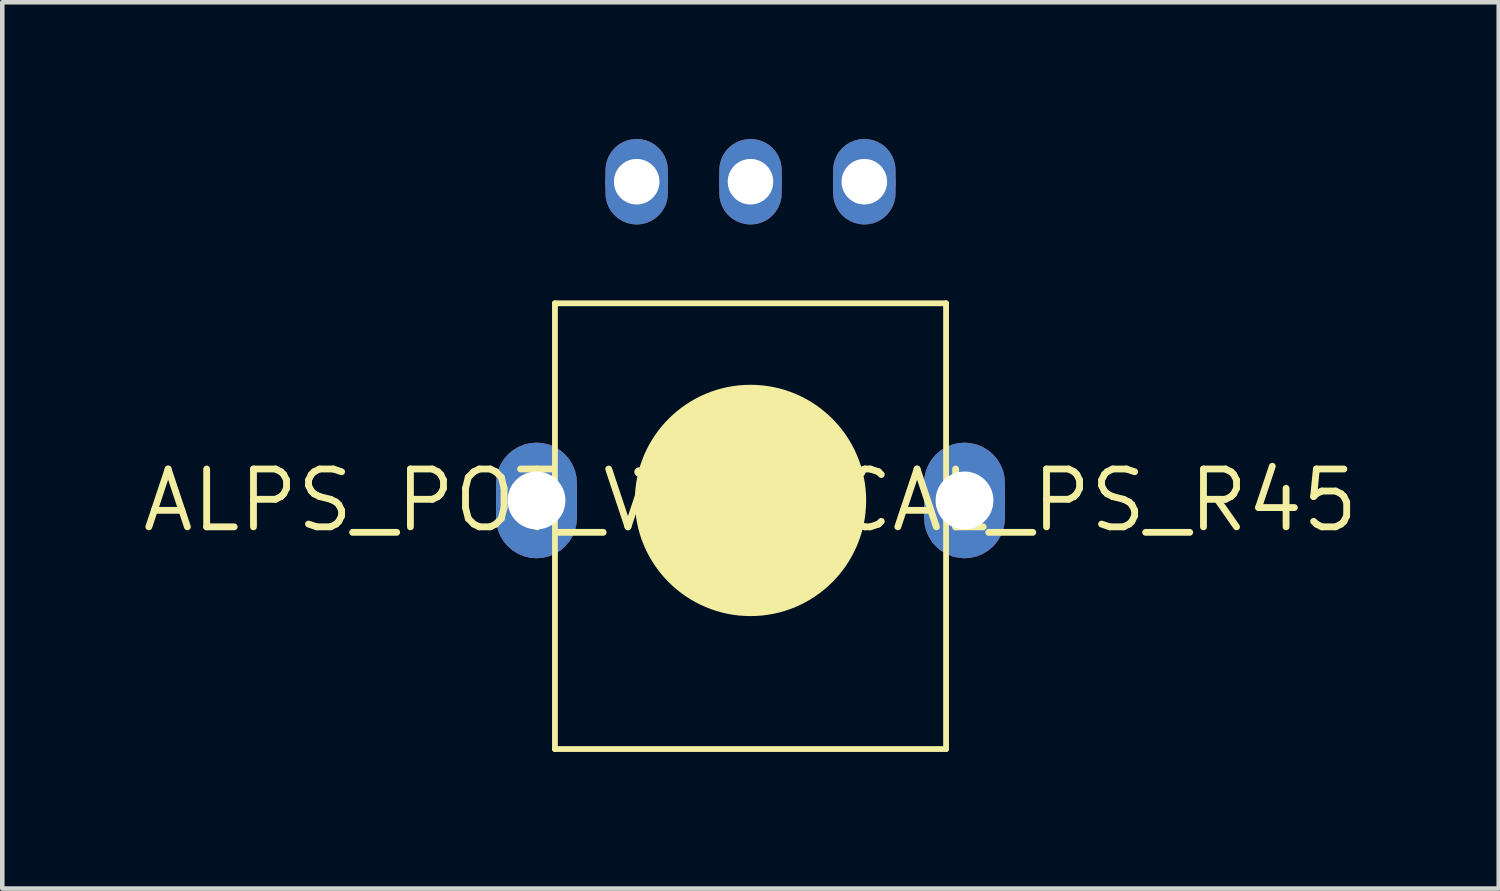
<source format=kicad_pcb>
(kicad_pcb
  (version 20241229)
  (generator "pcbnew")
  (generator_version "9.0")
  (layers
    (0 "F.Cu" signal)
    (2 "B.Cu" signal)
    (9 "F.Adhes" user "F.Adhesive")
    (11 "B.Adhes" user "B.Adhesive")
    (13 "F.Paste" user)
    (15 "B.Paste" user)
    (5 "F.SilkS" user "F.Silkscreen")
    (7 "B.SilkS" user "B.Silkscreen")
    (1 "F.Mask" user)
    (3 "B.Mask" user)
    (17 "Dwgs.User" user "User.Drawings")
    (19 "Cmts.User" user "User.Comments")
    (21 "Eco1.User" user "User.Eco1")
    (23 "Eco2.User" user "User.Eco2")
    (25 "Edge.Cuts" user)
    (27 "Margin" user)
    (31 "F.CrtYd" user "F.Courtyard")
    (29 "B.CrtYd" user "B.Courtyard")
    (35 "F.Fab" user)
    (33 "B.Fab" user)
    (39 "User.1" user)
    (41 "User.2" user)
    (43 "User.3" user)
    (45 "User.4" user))
  (footprint "ALPS_POT_VERTICAL_PS_R45"
    (layer "F.Cu")
    (at 13.433 7.941)
    (property "Reference" "ALPS_POT_VERTICAL_PS_R45" (at 0 0 0) (layer "F.SilkS") (effects (font (size 1.27 1.27) (thickness 0.15))))
    (fp_poly (pts (xy -4.561 -1.259) (xy -4.426 -1.227) (xy -4.297 -1.173) (xy -4.177 -1.1) (xy -4.071 -1.01) (xy -3.981 -0.904) (xy -3.908 -0.784) (xy -3.854 -0.655) (xy -3.822 -0.52) (xy -3.811 -0.381) (xy -3.811 0.381) (xy -3.822 0.52) (xy -3.854 0.655) (xy -3.908 0.784) (xy -3.981 0.904) (xy -4.071 1.01) (xy -4.177 1.1) (xy -4.297 1.173) (xy -4.426 1.227) (xy -4.561 1.259) (xy -4.7 1.27) (xy -4.839 1.259) (xy -4.974 1.227) (xy -5.103 1.173) (xy -5.223 1.1) (xy -5.329 1.01) (xy -5.419 0.904) (xy -5.492 0.784) (xy -5.546 0.655) (xy -5.578 0.52) (xy -5.589 0.381) (xy -5.589 -0.381) (xy -5.578 -0.52) (xy -5.546 -0.655) (xy -5.492 -0.784) (xy -5.419 -0.904) (xy -5.329 -1.01) (xy -5.223 -1.1) (xy -5.103 -1.173) (xy -4.974 -1.227) (xy -4.839 -1.259) (xy -4.7 -1.27)) (stroke (width 0) (type default)) (fill yes) (layer "F.Cu"))
    (fp_poly (pts (xy -2.393 -7.931) (xy -2.288 -7.906) (xy -2.189 -7.865) (xy -2.096 -7.809) (xy -2.015 -7.739) (xy -1.945 -7.658) (xy -1.889 -7.565) (xy -1.848 -7.466) (xy -1.823 -7.361) (xy -1.814 -7.254) (xy -1.814 -6.746) (xy -1.823 -6.639) (xy -1.848 -6.534) (xy -1.889 -6.435) (xy -1.945 -6.342) (xy -2.015 -6.261) (xy -2.096 -6.191) (xy -2.189 -6.135) (xy -2.288 -6.094) (xy -2.393 -6.069) (xy -2.5 -6.06) (xy -2.607 -6.069) (xy -2.712 -6.094) (xy -2.811 -6.135) (xy -2.904 -6.191) (xy -2.985 -6.261) (xy -3.055 -6.342) (xy -3.111 -6.435) (xy -3.152 -6.534) (xy -3.177 -6.639) (xy -3.186 -6.746) (xy -3.186 -7.254) (xy -3.177 -7.361) (xy -3.152 -7.466) (xy -3.111 -7.565) (xy -3.055 -7.658) (xy -2.985 -7.739) (xy -2.904 -7.809) (xy -2.811 -7.865) (xy -2.712 -7.906) (xy -2.607 -7.931) (xy -2.5 -7.94)) (stroke (width 0) (type default)) (fill yes) (layer "F.Cu"))
    (fp_poly (pts (xy 0.107 -7.931) (xy 0.212 -7.906) (xy 0.311 -7.865) (xy 0.404 -7.809) (xy 0.485 -7.739) (xy 0.555 -7.658) (xy 0.611 -7.565) (xy 0.652 -7.466) (xy 0.677 -7.361) (xy 0.686 -7.254) (xy 0.686 -6.746) (xy 0.677 -6.639) (xy 0.652 -6.534) (xy 0.611 -6.435) (xy 0.555 -6.342) (xy 0.485 -6.261) (xy 0.404 -6.191) (xy 0.311 -6.135) (xy 0.212 -6.094) (xy 0.107 -6.069) (xy 0 -6.06) (xy -0.107 -6.069) (xy -0.212 -6.094) (xy -0.311 -6.135) (xy -0.404 -6.191) (xy -0.485 -6.261) (xy -0.555 -6.342) (xy -0.611 -6.435) (xy -0.652 -6.534) (xy -0.677 -6.639) (xy -0.686 -6.746) (xy -0.686 -7.254) (xy -0.677 -7.361) (xy -0.652 -7.466) (xy -0.611 -7.565) (xy -0.555 -7.658) (xy -0.485 -7.739) (xy -0.404 -7.809) (xy -0.311 -7.865) (xy -0.212 -7.906) (xy -0.107 -7.931) (xy 0 -7.94)) (stroke (width 0) (type default)) (fill yes) (layer "F.Cu"))
    (fp_poly (pts (xy 2.607 -7.931) (xy 2.712 -7.906) (xy 2.811 -7.865) (xy 2.904 -7.809) (xy 2.985 -7.739) (xy 3.055 -7.658) (xy 3.111 -7.565) (xy 3.152 -7.466) (xy 3.177 -7.361) (xy 3.186 -7.254) (xy 3.186 -6.746) (xy 3.177 -6.639) (xy 3.152 -6.534) (xy 3.111 -6.435) (xy 3.055 -6.342) (xy 2.985 -6.261) (xy 2.904 -6.191) (xy 2.811 -6.135) (xy 2.712 -6.094) (xy 2.607 -6.069) (xy 2.5 -6.06) (xy 2.393 -6.069) (xy 2.288 -6.094) (xy 2.189 -6.135) (xy 2.096 -6.191) (xy 2.015 -6.261) (xy 1.945 -6.342) (xy 1.889 -6.435) (xy 1.848 -6.534) (xy 1.823 -6.639) (xy 1.814 -6.746) (xy 1.814 -7.254) (xy 1.823 -7.361) (xy 1.848 -7.466) (xy 1.889 -7.565) (xy 1.945 -7.658) (xy 2.015 -7.739) (xy 2.096 -7.809) (xy 2.189 -7.865) (xy 2.288 -7.906) (xy 2.393 -7.931) (xy 2.5 -7.94)) (stroke (width 0) (type default)) (fill yes) (layer "F.Cu"))
    (fp_poly (pts (xy 4.839 -1.259) (xy 4.974 -1.227) (xy 5.103 -1.173) (xy 5.223 -1.1) (xy 5.329 -1.01) (xy 5.419 -0.904) (xy 5.492 -0.784) (xy 5.546 -0.655) (xy 5.578 -0.52) (xy 5.589 -0.381) (xy 5.589 0.381) (xy 5.578 0.52) (xy 5.546 0.655) (xy 5.492 0.784) (xy 5.419 0.904) (xy 5.329 1.01) (xy 5.223 1.1) (xy 5.103 1.173) (xy 4.974 1.227) (xy 4.839 1.259) (xy 4.7 1.27) (xy 4.561 1.259) (xy 4.426 1.227) (xy 4.297 1.173) (xy 4.177 1.1) (xy 4.071 1.01) (xy 3.981 0.904) (xy 3.908 0.784) (xy 3.854 0.655) (xy 3.822 0.52) (xy 3.811 0.381) (xy 3.811 -0.381) (xy 3.822 -0.52) (xy 3.854 -0.655) (xy 3.908 -0.784) (xy 3.981 -0.904) (xy 4.071 -1.01) (xy 4.177 -1.1) (xy 4.297 -1.173) (xy 4.426 -1.227) (xy 4.561 -1.259) (xy 4.7 -1.27)) (stroke (width 0) (type default)) (fill yes) (layer "F.Cu"))
    (fp_poly (pts (xy -4.561 -1.26) (xy -4.425 -1.227) (xy -4.296 -1.174) (xy -4.176 -1.101) (xy -4.07 -1.011) (xy -3.98 -0.905) (xy -3.907 -0.785) (xy -3.854 -0.656) (xy -3.821 -0.52) (xy -3.81 -0.381) (xy -3.81 0.381) (xy -3.821 0.52) (xy -3.854 0.656) (xy -3.907 0.785) (xy -3.98 0.905) (xy -4.07 1.011) (xy -4.176 1.101) (xy -4.296 1.174) (xy -4.425 1.227) (xy -4.561 1.26) (xy -4.7 1.271) (xy -4.839 1.26) (xy -4.975 1.227) (xy -5.104 1.174) (xy -5.224 1.101) (xy -5.33 1.011) (xy -5.42 0.905) (xy -5.493 0.785) (xy -5.546 0.656) (xy -5.579 0.52) (xy -5.59 0.381) (xy -5.59 -0.381) (xy -5.579 -0.52) (xy -5.546 -0.656) (xy -5.493 -0.785) (xy -5.42 -0.905) (xy -5.33 -1.011) (xy -5.224 -1.101) (xy -5.104 -1.174) (xy -4.975 -1.227) (xy -4.839 -1.26) (xy -4.7 -1.271)) (stroke (width 0) (type default)) (fill yes) (layer "F.Mask"))
    (fp_poly (pts (xy -2.393 -7.932) (xy -2.288 -7.907) (xy -2.189 -7.866) (xy -2.096 -7.81) (xy -2.014 -7.74) (xy -1.944 -7.658) (xy -1.888 -7.565) (xy -1.847 -7.466) (xy -1.822 -7.361) (xy -1.813 -7.254) (xy -1.813 -6.746) (xy -1.822 -6.639) (xy -1.847 -6.534) (xy -1.888 -6.435) (xy -1.944 -6.342) (xy -2.014 -6.26) (xy -2.096 -6.19) (xy -2.189 -6.134) (xy -2.288 -6.093) (xy -2.393 -6.068) (xy -2.5 -6.059) (xy -2.607 -6.068) (xy -2.712 -6.093) (xy -2.811 -6.134) (xy -2.904 -6.19) (xy -2.986 -6.26) (xy -3.056 -6.342) (xy -3.112 -6.435) (xy -3.153 -6.534) (xy -3.178 -6.639) (xy -3.187 -6.746) (xy -3.187 -7.254) (xy -3.178 -7.361) (xy -3.153 -7.466) (xy -3.112 -7.565) (xy -3.056 -7.658) (xy -2.986 -7.74) (xy -2.904 -7.81) (xy -2.811 -7.866) (xy -2.712 -7.907) (xy -2.607 -7.932) (xy -2.5 -7.941)) (stroke (width 0) (type default)) (fill yes) (layer "F.Mask"))
    (fp_poly (pts (xy 0.107 -7.932) (xy 0.212 -7.907) (xy 0.311 -7.866) (xy 0.404 -7.81) (xy 0.486 -7.74) (xy 0.556 -7.658) (xy 0.612 -7.565) (xy 0.653 -7.466) (xy 0.678 -7.361) (xy 0.687 -7.254) (xy 0.687 -6.746) (xy 0.678 -6.639) (xy 0.653 -6.534) (xy 0.612 -6.435) (xy 0.556 -6.342) (xy 0.486 -6.26) (xy 0.404 -6.19) (xy 0.311 -6.134) (xy 0.212 -6.093) (xy 0.107 -6.068) (xy 0 -6.059) (xy -0.107 -6.068) (xy -0.212 -6.093) (xy -0.311 -6.134) (xy -0.404 -6.19) (xy -0.486 -6.26) (xy -0.556 -6.342) (xy -0.612 -6.435) (xy -0.653 -6.534) (xy -0.678 -6.639) (xy -0.687 -6.746) (xy -0.687 -7.254) (xy -0.678 -7.361) (xy -0.653 -7.466) (xy -0.612 -7.565) (xy -0.556 -7.658) (xy -0.486 -7.74) (xy -0.404 -7.81) (xy -0.311 -7.866) (xy -0.212 -7.907) (xy -0.107 -7.932) (xy 0 -7.941)) (stroke (width 0) (type default)) (fill yes) (layer "F.Mask"))
    (fp_poly (pts (xy 2.607 -7.932) (xy 2.712 -7.907) (xy 2.811 -7.866) (xy 2.904 -7.81) (xy 2.986 -7.74) (xy 3.056 -7.658) (xy 3.112 -7.565) (xy 3.153 -7.466) (xy 3.178 -7.361) (xy 3.187 -7.254) (xy 3.187 -6.746) (xy 3.178 -6.639) (xy 3.153 -6.534) (xy 3.112 -6.435) (xy 3.056 -6.342) (xy 2.986 -6.26) (xy 2.904 -6.19) (xy 2.811 -6.134) (xy 2.712 -6.093) (xy 2.607 -6.068) (xy 2.5 -6.059) (xy 2.393 -6.068) (xy 2.288 -6.093) (xy 2.189 -6.134) (xy 2.096 -6.19) (xy 2.014 -6.26) (xy 1.944 -6.342) (xy 1.888 -6.435) (xy 1.847 -6.534) (xy 1.822 -6.639) (xy 1.813 -6.746) (xy 1.813 -7.254) (xy 1.822 -7.361) (xy 1.847 -7.466) (xy 1.888 -7.565) (xy 1.944 -7.658) (xy 2.014 -7.74) (xy 2.096 -7.81) (xy 2.189 -7.866) (xy 2.288 -7.907) (xy 2.393 -7.932) (xy 2.5 -7.941)) (stroke (width 0) (type default)) (fill yes) (layer "F.Mask"))
    (fp_poly (pts (xy 4.839 -1.26) (xy 4.975 -1.227) (xy 5.104 -1.174) (xy 5.224 -1.101) (xy 5.33 -1.011) (xy 5.42 -0.905) (xy 5.493 -0.785) (xy 5.546 -0.656) (xy 5.579 -0.52) (xy 5.59 -0.381) (xy 5.59 0.381) (xy 5.579 0.52) (xy 5.546 0.656) (xy 5.493 0.785) (xy 5.42 0.905) (xy 5.33 1.011) (xy 5.224 1.101) (xy 5.104 1.174) (xy 4.975 1.227) (xy 4.839 1.26) (xy 4.7 1.271) (xy 4.561 1.26) (xy 4.425 1.227) (xy 4.296 1.174) (xy 4.176 1.101) (xy 4.07 1.011) (xy 3.98 0.905) (xy 3.907 0.785) (xy 3.854 0.656) (xy 3.821 0.52) (xy 3.81 0.381) (xy 3.81 -0.381) (xy 3.821 -0.52) (xy 3.854 -0.656) (xy 3.907 -0.785) (xy 3.98 -0.905) (xy 4.07 -1.011) (xy 4.176 -1.101) (xy 4.296 -1.174) (xy 4.425 -1.227) (xy 4.561 -1.26) (xy 4.7 -1.271)) (stroke (width 0) (type default)) (fill yes) (layer "F.Mask"))
    (fp_poly (pts (xy -4.561 -1.259) (xy -4.426 -1.227) (xy -4.297 -1.173) (xy -4.177 -1.1) (xy -4.071 -1.01) (xy -3.981 -0.904) (xy -3.908 -0.784) (xy -3.854 -0.655) (xy -3.822 -0.52) (xy -3.811 -0.381) (xy -3.811 0.381) (xy -3.822 0.52) (xy -3.854 0.655) (xy -3.908 0.784) (xy -3.981 0.904) (xy -4.071 1.01) (xy -4.177 1.1) (xy -4.297 1.173) (xy -4.426 1.227) (xy -4.561 1.259) (xy -4.7 1.27) (xy -4.839 1.259) (xy -4.974 1.227) (xy -5.103 1.173) (xy -5.223 1.1) (xy -5.329 1.01) (xy -5.419 0.904) (xy -5.492 0.784) (xy -5.546 0.655) (xy -5.578 0.52) (xy -5.589 0.381) (xy -5.589 -0.381) (xy -5.578 -0.52) (xy -5.546 -0.655) (xy -5.492 -0.784) (xy -5.419 -0.904) (xy -5.329 -1.01) (xy -5.223 -1.1) (xy -5.103 -1.173) (xy -4.974 -1.227) (xy -4.839 -1.259) (xy -4.7 -1.27)) (stroke (width 0) (type default)) (fill yes) (layer "B.Cu"))
    (fp_poly (pts (xy -2.393 -7.931) (xy -2.288 -7.906) (xy -2.189 -7.865) (xy -2.096 -7.809) (xy -2.015 -7.739) (xy -1.945 -7.658) (xy -1.889 -7.565) (xy -1.848 -7.466) (xy -1.823 -7.361) (xy -1.814 -7.254) (xy -1.814 -6.746) (xy -1.823 -6.639) (xy -1.848 -6.534) (xy -1.889 -6.435) (xy -1.945 -6.342) (xy -2.015 -6.261) (xy -2.096 -6.191) (xy -2.189 -6.135) (xy -2.288 -6.094) (xy -2.393 -6.069) (xy -2.5 -6.06) (xy -2.607 -6.069) (xy -2.712 -6.094) (xy -2.811 -6.135) (xy -2.904 -6.191) (xy -2.985 -6.261) (xy -3.055 -6.342) (xy -3.111 -6.435) (xy -3.152 -6.534) (xy -3.177 -6.639) (xy -3.186 -6.746) (xy -3.186 -7.254) (xy -3.177 -7.361) (xy -3.152 -7.466) (xy -3.111 -7.565) (xy -3.055 -7.658) (xy -2.985 -7.739) (xy -2.904 -7.809) (xy -2.811 -7.865) (xy -2.712 -7.906) (xy -2.607 -7.931) (xy -2.5 -7.94)) (stroke (width 0) (type default)) (fill yes) (layer "B.Cu"))
    (fp_poly (pts (xy 0.107 -7.931) (xy 0.212 -7.906) (xy 0.311 -7.865) (xy 0.404 -7.809) (xy 0.485 -7.739) (xy 0.555 -7.658) (xy 0.611 -7.565) (xy 0.652 -7.466) (xy 0.677 -7.361) (xy 0.686 -7.254) (xy 0.686 -6.746) (xy 0.677 -6.639) (xy 0.652 -6.534) (xy 0.611 -6.435) (xy 0.555 -6.342) (xy 0.485 -6.261) (xy 0.404 -6.191) (xy 0.311 -6.135) (xy 0.212 -6.094) (xy 0.107 -6.069) (xy 0 -6.06) (xy -0.107 -6.069) (xy -0.212 -6.094) (xy -0.311 -6.135) (xy -0.404 -6.191) (xy -0.485 -6.261) (xy -0.555 -6.342) (xy -0.611 -6.435) (xy -0.652 -6.534) (xy -0.677 -6.639) (xy -0.686 -6.746) (xy -0.686 -7.254) (xy -0.677 -7.361) (xy -0.652 -7.466) (xy -0.611 -7.565) (xy -0.555 -7.658) (xy -0.485 -7.739) (xy -0.404 -7.809) (xy -0.311 -7.865) (xy -0.212 -7.906) (xy -0.107 -7.931) (xy 0 -7.94)) (stroke (width 0) (type default)) (fill yes) (layer "B.Cu"))
    (fp_poly (pts (xy 2.607 -7.931) (xy 2.712 -7.906) (xy 2.811 -7.865) (xy 2.904 -7.809) (xy 2.985 -7.739) (xy 3.055 -7.658) (xy 3.111 -7.565) (xy 3.152 -7.466) (xy 3.177 -7.361) (xy 3.186 -7.254) (xy 3.186 -6.746) (xy 3.177 -6.639) (xy 3.152 -6.534) (xy 3.111 -6.435) (xy 3.055 -6.342) (xy 2.985 -6.261) (xy 2.904 -6.191) (xy 2.811 -6.135) (xy 2.712 -6.094) (xy 2.607 -6.069) (xy 2.5 -6.06) (xy 2.393 -6.069) (xy 2.288 -6.094) (xy 2.189 -6.135) (xy 2.096 -6.191) (xy 2.015 -6.261) (xy 1.945 -6.342) (xy 1.889 -6.435) (xy 1.848 -6.534) (xy 1.823 -6.639) (xy 1.814 -6.746) (xy 1.814 -7.254) (xy 1.823 -7.361) (xy 1.848 -7.466) (xy 1.889 -7.565) (xy 1.945 -7.658) (xy 2.015 -7.739) (xy 2.096 -7.809) (xy 2.189 -7.865) (xy 2.288 -7.906) (xy 2.393 -7.931) (xy 2.5 -7.94)) (stroke (width 0) (type default)) (fill yes) (layer "B.Cu"))
    (fp_poly (pts (xy 4.839 -1.259) (xy 4.974 -1.227) (xy 5.103 -1.173) (xy 5.223 -1.1) (xy 5.329 -1.01) (xy 5.419 -0.904) (xy 5.492 -0.784) (xy 5.546 -0.655) (xy 5.578 -0.52) (xy 5.589 -0.381) (xy 5.589 0.381) (xy 5.578 0.52) (xy 5.546 0.655) (xy 5.492 0.784) (xy 5.419 0.904) (xy 5.329 1.01) (xy 5.223 1.1) (xy 5.103 1.173) (xy 4.974 1.227) (xy 4.839 1.259) (xy 4.7 1.27) (xy 4.561 1.259) (xy 4.426 1.227) (xy 4.297 1.173) (xy 4.177 1.1) (xy 4.071 1.01) (xy 3.981 0.904) (xy 3.908 0.784) (xy 3.854 0.655) (xy 3.822 0.52) (xy 3.811 0.381) (xy 3.811 -0.381) (xy 3.822 -0.52) (xy 3.854 -0.655) (xy 3.908 -0.784) (xy 3.981 -0.904) (xy 4.071 -1.01) (xy 4.177 -1.1) (xy 4.297 -1.173) (xy 4.426 -1.227) (xy 4.561 -1.259) (xy 4.7 -1.27)) (stroke (width 0) (type default)) (fill yes) (layer "B.Cu"))
    (fp_poly (pts (xy -4.561 -1.26) (xy -4.425 -1.227) (xy -4.296 -1.174) (xy -4.176 -1.101) (xy -4.07 -1.011) (xy -3.98 -0.905) (xy -3.907 -0.785) (xy -3.854 -0.656) (xy -3.821 -0.52) (xy -3.81 -0.381) (xy -3.81 0.381) (xy -3.821 0.52) (xy -3.854 0.656) (xy -3.907 0.785) (xy -3.98 0.905) (xy -4.07 1.011) (xy -4.176 1.101) (xy -4.296 1.174) (xy -4.425 1.227) (xy -4.561 1.26) (xy -4.7 1.271) (xy -4.839 1.26) (xy -4.975 1.227) (xy -5.104 1.174) (xy -5.224 1.101) (xy -5.33 1.011) (xy -5.42 0.905) (xy -5.493 0.785) (xy -5.546 0.656) (xy -5.579 0.52) (xy -5.59 0.381) (xy -5.59 -0.381) (xy -5.579 -0.52) (xy -5.546 -0.656) (xy -5.493 -0.785) (xy -5.42 -0.905) (xy -5.33 -1.011) (xy -5.224 -1.101) (xy -5.104 -1.174) (xy -4.975 -1.227) (xy -4.839 -1.26) (xy -4.7 -1.271)) (stroke (width 0) (type default)) (fill yes) (layer "B.Mask"))
    (fp_poly (pts (xy -2.393 -7.932) (xy -2.288 -7.907) (xy -2.189 -7.866) (xy -2.096 -7.81) (xy -2.014 -7.74) (xy -1.944 -7.658) (xy -1.888 -7.565) (xy -1.847 -7.466) (xy -1.822 -7.361) (xy -1.813 -7.254) (xy -1.813 -6.746) (xy -1.822 -6.639) (xy -1.847 -6.534) (xy -1.888 -6.435) (xy -1.944 -6.342) (xy -2.014 -6.26) (xy -2.096 -6.19) (xy -2.189 -6.134) (xy -2.288 -6.093) (xy -2.393 -6.068) (xy -2.5 -6.059) (xy -2.607 -6.068) (xy -2.712 -6.093) (xy -2.811 -6.134) (xy -2.904 -6.19) (xy -2.986 -6.26) (xy -3.056 -6.342) (xy -3.112 -6.435) (xy -3.153 -6.534) (xy -3.178 -6.639) (xy -3.187 -6.746) (xy -3.187 -7.254) (xy -3.178 -7.361) (xy -3.153 -7.466) (xy -3.112 -7.565) (xy -3.056 -7.658) (xy -2.986 -7.74) (xy -2.904 -7.81) (xy -2.811 -7.866) (xy -2.712 -7.907) (xy -2.607 -7.932) (xy -2.5 -7.941)) (stroke (width 0) (type default)) (fill yes) (layer "B.Mask"))
    (fp_poly (pts (xy 0.107 -7.932) (xy 0.212 -7.907) (xy 0.311 -7.866) (xy 0.404 -7.81) (xy 0.486 -7.74) (xy 0.556 -7.658) (xy 0.612 -7.565) (xy 0.653 -7.466) (xy 0.678 -7.361) (xy 0.687 -7.254) (xy 0.687 -6.746) (xy 0.678 -6.639) (xy 0.653 -6.534) (xy 0.612 -6.435) (xy 0.556 -6.342) (xy 0.486 -6.26) (xy 0.404 -6.19) (xy 0.311 -6.134) (xy 0.212 -6.093) (xy 0.107 -6.068) (xy 0 -6.059) (xy -0.107 -6.068) (xy -0.212 -6.093) (xy -0.311 -6.134) (xy -0.404 -6.19) (xy -0.486 -6.26) (xy -0.556 -6.342) (xy -0.612 -6.435) (xy -0.653 -6.534) (xy -0.678 -6.639) (xy -0.687 -6.746) (xy -0.687 -7.254) (xy -0.678 -7.361) (xy -0.653 -7.466) (xy -0.612 -7.565) (xy -0.556 -7.658) (xy -0.486 -7.74) (xy -0.404 -7.81) (xy -0.311 -7.866) (xy -0.212 -7.907) (xy -0.107 -7.932) (xy 0 -7.941)) (stroke (width 0) (type default)) (fill yes) (layer "B.Mask"))
    (fp_poly (pts (xy 2.607 -7.932) (xy 2.712 -7.907) (xy 2.811 -7.866) (xy 2.904 -7.81) (xy 2.986 -7.74) (xy 3.056 -7.658) (xy 3.112 -7.565) (xy 3.153 -7.466) (xy 3.178 -7.361) (xy 3.187 -7.254) (xy 3.187 -6.746) (xy 3.178 -6.639) (xy 3.153 -6.534) (xy 3.112 -6.435) (xy 3.056 -6.342) (xy 2.986 -6.26) (xy 2.904 -6.19) (xy 2.811 -6.134) (xy 2.712 -6.093) (xy 2.607 -6.068) (xy 2.5 -6.059) (xy 2.393 -6.068) (xy 2.288 -6.093) (xy 2.189 -6.134) (xy 2.096 -6.19) (xy 2.014 -6.26) (xy 1.944 -6.342) (xy 1.888 -6.435) (xy 1.847 -6.534) (xy 1.822 -6.639) (xy 1.813 -6.746) (xy 1.813 -7.254) (xy 1.822 -7.361) (xy 1.847 -7.466) (xy 1.888 -7.565) (xy 1.944 -7.658) (xy 2.014 -7.74) (xy 2.096 -7.81) (xy 2.189 -7.866) (xy 2.288 -7.907) (xy 2.393 -7.932) (xy 2.5 -7.941)) (stroke (width 0) (type default)) (fill yes) (layer "B.Mask"))
    (fp_poly (pts (xy 4.839 -1.26) (xy 4.975 -1.227) (xy 5.104 -1.174) (xy 5.224 -1.101) (xy 5.33 -1.011) (xy 5.42 -0.905) (xy 5.493 -0.785) (xy 5.546 -0.656) (xy 5.579 -0.52) (xy 5.59 -0.381) (xy 5.59 0.381) (xy 5.579 0.52) (xy 5.546 0.656) (xy 5.493 0.785) (xy 5.42 0.905) (xy 5.33 1.011) (xy 5.224 1.101) (xy 5.104 1.174) (xy 4.975 1.227) (xy 4.839 1.26) (xy 4.7 1.271) (xy 4.561 1.26) (xy 4.425 1.227) (xy 4.296 1.174) (xy 4.176 1.101) (xy 4.07 1.011) (xy 3.98 0.905) (xy 3.907 0.785) (xy 3.854 0.656) (xy 3.821 0.52) (xy 3.81 0.381) (xy 3.81 -0.381) (xy 3.821 -0.52) (xy 3.854 -0.656) (xy 3.907 -0.785) (xy 3.98 -0.905) (xy 4.07 -1.011) (xy 4.176 -1.101) (xy 4.296 -1.174) (xy 4.425 -1.227) (xy 4.561 -1.26) (xy 4.7 -1.271)) (stroke (width 0) (type default)) (fill yes) (layer "B.Mask"))
    (fp_line (start -4.295 -4.33) (end 4.295 -4.33) (stroke (width 0.127) (type solid)) (layer "F.SilkS"))
    (fp_line (start -4.295 5.46) (end -4.295 -4.33) (stroke (width 0.127) (type solid)) (layer "F.SilkS"))
    (fp_line (start -2.45 -0.625) (end 2.424 -0.625) (stroke (width 0.203) (type solid)) (layer "F.SilkS"))
    (fp_line (start -1.1 -0.625) (end 1.1 -0.625) (stroke (width 0.203) (type solid)) (layer "F.SilkS"))
    (fp_line (start 4.295 -4.33) (end 4.295 5.46) (stroke (width 0.127) (type solid)) (layer "F.SilkS"))
    (fp_line (start 4.295 5.46) (end -4.295 5.46) (stroke (width 0.127) (type solid)) (layer "F.SilkS"))
    (fp_arc (start 1.100001 -0.624999) (mid -0.000001 1.264544) (end -1.1 -0.625) (stroke (width 0.203) (type solid)) (layer "F.SilkS"))
    (fp_circle (center 0 0) (end 1.27 0) (stroke (width 2.54) (type solid)) (fill yes) (layer "F.SilkS"))
    (pad "P$1" thru_hole circle (at -2.5 -7) (size 1.372 1.372) (drill 1) (layers "*.Cu"))
    (pad "P$2" thru_hole circle (at 0 -7) (size 1.372 1.372) (drill 1) (layers "*.Cu"))
    (pad "P$3" thru_hole circle (at 2.5 -7) (size 1.372 1.372) (drill 1) (layers "*.Cu"))
    (pad "P$4" thru_hole circle (at -4.7 0) (size 1.778 1.778) (drill 1.27) (layers "*.Cu"))
    (pad "P$5" thru_hole circle (at 4.7 0) (size 1.778 1.778) (drill 1.27) (layers "*.Cu")))
  (gr_rect
    (start -3 -3)
    (end 29.866 16.465)
    (stroke (width 0.1) (type default))
    (fill no)
    (layer "Edge.Cuts")))
</source>
